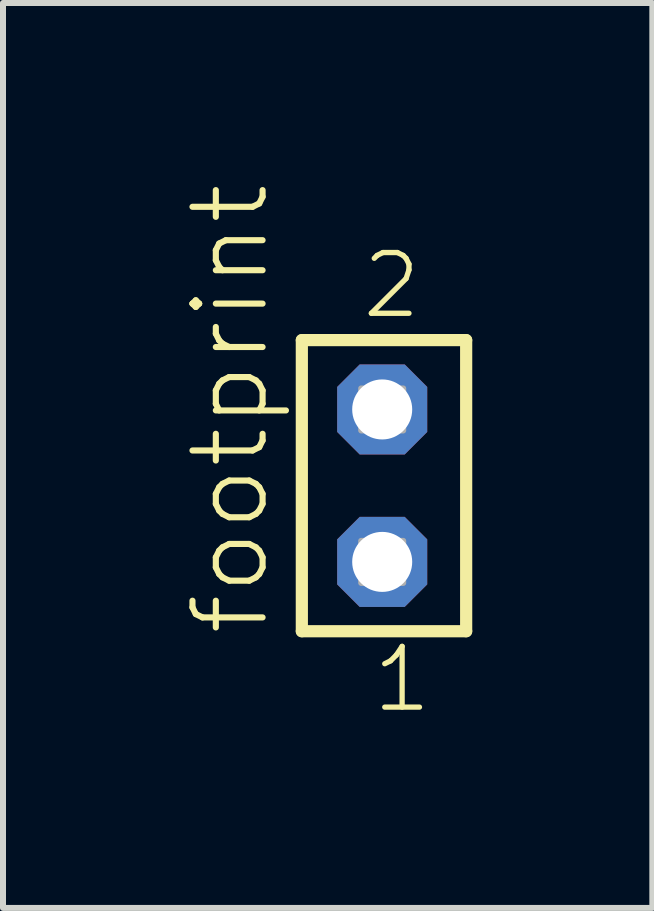
<source format=kicad_pcb>
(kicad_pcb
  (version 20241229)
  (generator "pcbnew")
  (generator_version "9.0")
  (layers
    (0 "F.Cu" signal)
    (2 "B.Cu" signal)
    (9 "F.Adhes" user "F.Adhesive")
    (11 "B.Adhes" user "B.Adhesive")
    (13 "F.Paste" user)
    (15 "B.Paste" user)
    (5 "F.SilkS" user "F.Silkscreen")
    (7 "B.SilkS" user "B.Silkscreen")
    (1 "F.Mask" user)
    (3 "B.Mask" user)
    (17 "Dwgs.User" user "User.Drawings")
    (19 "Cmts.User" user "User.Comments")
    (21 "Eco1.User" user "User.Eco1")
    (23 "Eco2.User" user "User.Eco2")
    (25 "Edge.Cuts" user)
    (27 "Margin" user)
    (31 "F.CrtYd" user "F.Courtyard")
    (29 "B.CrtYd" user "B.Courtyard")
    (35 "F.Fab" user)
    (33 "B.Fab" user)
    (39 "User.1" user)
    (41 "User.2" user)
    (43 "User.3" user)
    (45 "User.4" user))
  (footprint "footprint"
    (layer "F.Cu")
    (at 3.298 5.042)
    (property "Reference" "footprint" (at -1.825 2.54 90) (layer "F.SilkS") (effects (font (size 1.168 1.168) (thickness 0.102)) (justify left bottom)))
    (fp_line (start -1.319 -2.425) (end 1.419 -2.425) (stroke (width 0.203) (type solid)) (layer "F.SilkS"))
    (fp_line (start -1.319 2.425) (end -1.319 -2.425) (stroke (width 0.203) (type solid)) (layer "F.SilkS"))
    (fp_line (start 1.419 -2.425) (end 1.419 2.425) (stroke (width 0.203) (type solid)) (layer "F.SilkS"))
    (fp_line (start 1.419 2.425) (end -1.319 2.425) (stroke (width 0.203) (type solid)) (layer "F.SilkS"))
    (fp_poly (pts (xy -0.33 -0.92) (xy 0.37 -0.92) (xy 0.37 -1.62) (xy -0.33 -1.62)) (stroke (width 0.1) (type solid)) (fill no) (layer "F.Fab"))
    (fp_poly (pts (xy -0.33 1.62) (xy 0.37 1.62) (xy 0.37 0.92) (xy -0.33 0.92)) (stroke (width 0.1) (type solid)) (fill no) (layer "F.Fab"))
    (fp_text user "2" (at -0.363 -2.744 0) (layer "F.SilkS") (effects (font (size 1.012 1.012) (thickness 0.088)) (justify left bottom)))
    (fp_text user "1" (at -0.188 3.818 0) (layer "F.SilkS") (effects (font (size 1.012 1.012) (thickness 0.088)) (justify left bottom)))
    (pad "1" thru_hole roundrect (at 0.02 1.27 180) (size 1.5 1.5) (drill 1) (layers "*.Cu" "*.Mask") (roundrect_rratio 0.25) (chamfer_ratio 0.25) (chamfer top_left top_right bottom_left bottom_right))
    (pad "2" thru_hole roundrect (at 0.02 -1.27 180) (size 1.5 1.5) (drill 1) (layers "*.Cu" "*.Mask") (roundrect_rratio 0.25) (chamfer_ratio 0.25) (chamfer top_left top_right bottom_left bottom_right)))
  (gr_rect
    (start -3 -3)
    (end 7.819 12.077)
    (stroke (width 0.1) (type default))
    (fill no)
    (layer "Edge.Cuts")))
</source>
